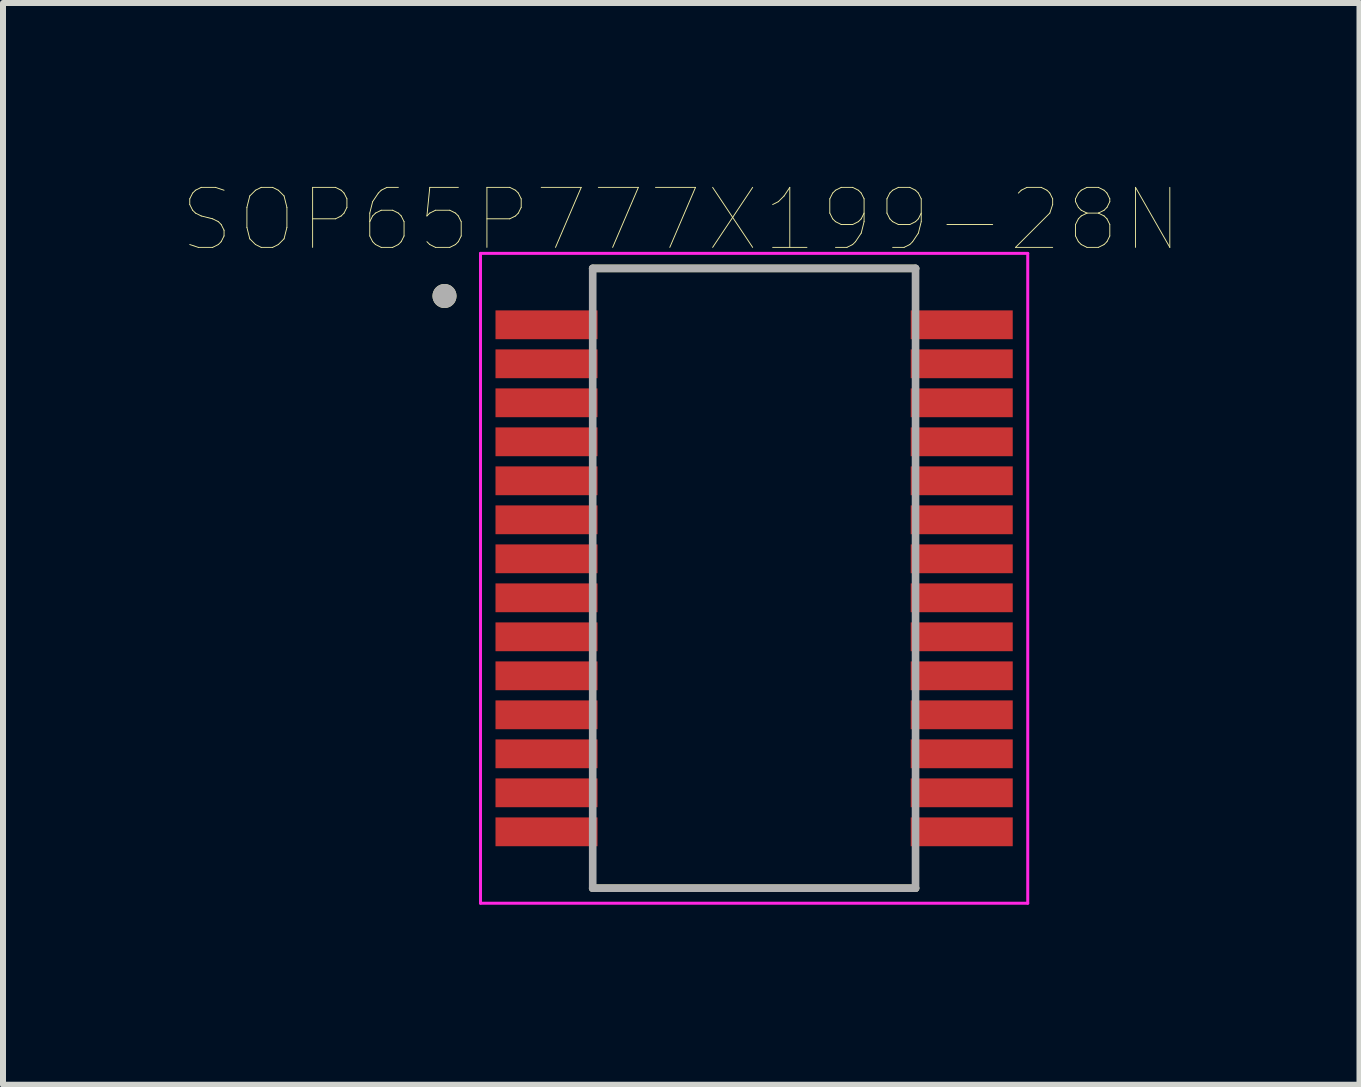
<source format=kicad_pcb>
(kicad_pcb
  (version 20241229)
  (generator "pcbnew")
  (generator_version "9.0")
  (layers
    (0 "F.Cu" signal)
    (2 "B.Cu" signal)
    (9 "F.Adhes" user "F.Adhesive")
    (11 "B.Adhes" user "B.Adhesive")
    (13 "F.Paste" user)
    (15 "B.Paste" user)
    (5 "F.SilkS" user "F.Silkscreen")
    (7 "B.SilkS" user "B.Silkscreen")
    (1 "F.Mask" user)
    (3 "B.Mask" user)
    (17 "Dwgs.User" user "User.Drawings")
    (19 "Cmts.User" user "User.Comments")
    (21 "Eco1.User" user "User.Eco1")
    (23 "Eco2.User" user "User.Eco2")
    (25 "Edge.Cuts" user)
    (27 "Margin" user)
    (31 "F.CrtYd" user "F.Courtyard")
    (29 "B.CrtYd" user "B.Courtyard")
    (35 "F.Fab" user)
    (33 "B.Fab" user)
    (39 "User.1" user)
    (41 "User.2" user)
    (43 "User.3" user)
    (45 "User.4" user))
  (footprint "SOP65P777X199-28N"
    (layer "F.Cu")
    (at 9.518 6.588)
    (property "Reference" "SOP65P777X199-28N" (at -1.215 -5.977 0) (layer "F.SilkS") (effects (font (size 1 1) (thickness 0.015))))
    (attr through_hole)
    (fp_line (start -2.69 -5.165) (end 2.69 -5.165) (stroke (width 0.127) (type solid)) (layer "F.SilkS"))
    (fp_line (start -2.69 5.165) (end 2.69 5.165) (stroke (width 0.127) (type solid)) (layer "F.SilkS"))
    (fp_circle (center -5.16 -4.705) (end -5.06 -4.705) (stroke (width 0.2) (type solid)) (fill no) (layer "F.SilkS"))
    (fp_line (start -4.56 -5.415) (end -4.56 5.415) (stroke (width 0.05) (type solid)) (layer "F.CrtYd"))
    (fp_line (start -4.56 -5.415) (end 4.56 -5.415) (stroke (width 0.05) (type solid)) (layer "F.CrtYd"))
    (fp_line (start -4.56 5.415) (end 4.56 5.415) (stroke (width 0.05) (type solid)) (layer "F.CrtYd"))
    (fp_line (start 4.56 -5.415) (end 4.56 5.415) (stroke (width 0.05) (type solid)) (layer "F.CrtYd"))
    (fp_line (start -2.69 -5.165) (end -2.69 5.165) (stroke (width 0.127) (type solid)) (layer "F.Fab"))
    (fp_line (start -2.69 -5.165) (end 2.69 -5.165) (stroke (width 0.127) (type solid)) (layer "F.Fab"))
    (fp_line (start -2.69 5.165) (end 2.69 5.165) (stroke (width 0.127) (type solid)) (layer "F.Fab"))
    (fp_line (start 2.69 -5.165) (end 2.69 5.165) (stroke (width 0.127) (type solid)) (layer "F.Fab"))
    (fp_circle (center -5.16 -4.705) (end -5.06 -4.705) (stroke (width 0.2) (type solid)) (fill no) (layer "F.Fab"))
    (pad "1" smd rect (at -3.46 -4.225) (size 1.7 0.48) (layers "F.Cu" "F.Mask" "F.Paste"))
    (pad "2" smd rect (at -3.46 -3.575) (size 1.7 0.48) (layers "F.Cu" "F.Mask" "F.Paste"))
    (pad "3" smd rect (at -3.46 -2.925) (size 1.7 0.48) (layers "F.Cu" "F.Mask" "F.Paste"))
    (pad "4" smd rect (at -3.46 -2.275) (size 1.7 0.48) (layers "F.Cu" "F.Mask" "F.Paste"))
    (pad "5" smd rect (at -3.46 -1.625) (size 1.7 0.48) (layers "F.Cu" "F.Mask" "F.Paste"))
    (pad "6" smd rect (at -3.46 -0.975) (size 1.7 0.48) (layers "F.Cu" "F.Mask" "F.Paste"))
    (pad "7" smd rect (at -3.46 -0.325) (size 1.7 0.48) (layers "F.Cu" "F.Mask" "F.Paste"))
    (pad "8" smd rect (at -3.46 0.325) (size 1.7 0.48) (layers "F.Cu" "F.Mask" "F.Paste"))
    (pad "9" smd rect (at -3.46 0.975) (size 1.7 0.48) (layers "F.Cu" "F.Mask" "F.Paste"))
    (pad "10" smd rect (at -3.46 1.625) (size 1.7 0.48) (layers "F.Cu" "F.Mask" "F.Paste"))
    (pad "11" smd rect (at -3.46 2.275) (size 1.7 0.48) (layers "F.Cu" "F.Mask" "F.Paste"))
    (pad "12" smd rect (at -3.46 2.925) (size 1.7 0.48) (layers "F.Cu" "F.Mask" "F.Paste"))
    (pad "13" smd rect (at -3.46 3.575) (size 1.7 0.48) (layers "F.Cu" "F.Mask" "F.Paste"))
    (pad "14" smd rect (at -3.46 4.225) (size 1.7 0.48) (layers "F.Cu" "F.Mask" "F.Paste"))
    (pad "15" smd rect (at 3.46 4.225) (size 1.7 0.48) (layers "F.Cu" "F.Mask" "F.Paste"))
    (pad "16" smd rect (at 3.46 3.575) (size 1.7 0.48) (layers "F.Cu" "F.Mask" "F.Paste"))
    (pad "17" smd rect (at 3.46 2.925) (size 1.7 0.48) (layers "F.Cu" "F.Mask" "F.Paste"))
    (pad "18" smd rect (at 3.46 2.275) (size 1.7 0.48) (layers "F.Cu" "F.Mask" "F.Paste"))
    (pad "19" smd rect (at 3.46 1.625) (size 1.7 0.48) (layers "F.Cu" "F.Mask" "F.Paste"))
    (pad "20" smd rect (at 3.46 0.975) (size 1.7 0.48) (layers "F.Cu" "F.Mask" "F.Paste"))
    (pad "21" smd rect (at 3.46 0.325) (size 1.7 0.48) (layers "F.Cu" "F.Mask" "F.Paste"))
    (pad "22" smd rect (at 3.46 -0.325) (size 1.7 0.48) (layers "F.Cu" "F.Mask" "F.Paste"))
    (pad "23" smd rect (at 3.46 -0.975) (size 1.7 0.48) (layers "F.Cu" "F.Mask" "F.Paste"))
    (pad "24" smd rect (at 3.46 -1.625) (size 1.7 0.48) (layers "F.Cu" "F.Mask" "F.Paste"))
    (pad "25" smd rect (at 3.46 -2.275) (size 1.7 0.48) (layers "F.Cu" "F.Mask" "F.Paste"))
    (pad "26" smd rect (at 3.46 -2.925) (size 1.7 0.48) (layers "F.Cu" "F.Mask" "F.Paste"))
    (pad "27" smd rect (at 3.46 -3.575) (size 1.7 0.48) (layers "F.Cu" "F.Mask" "F.Paste"))
    (pad "28" smd rect (at 3.46 -4.225) (size 1.7 0.48) (layers "F.Cu" "F.Mask" "F.Paste")))
  (gr_rect
    (start -3 -3)
    (end 19.607 15.028)
    (stroke (width 0.1) (type default))
    (fill no)
    (layer "Edge.Cuts")))
</source>
